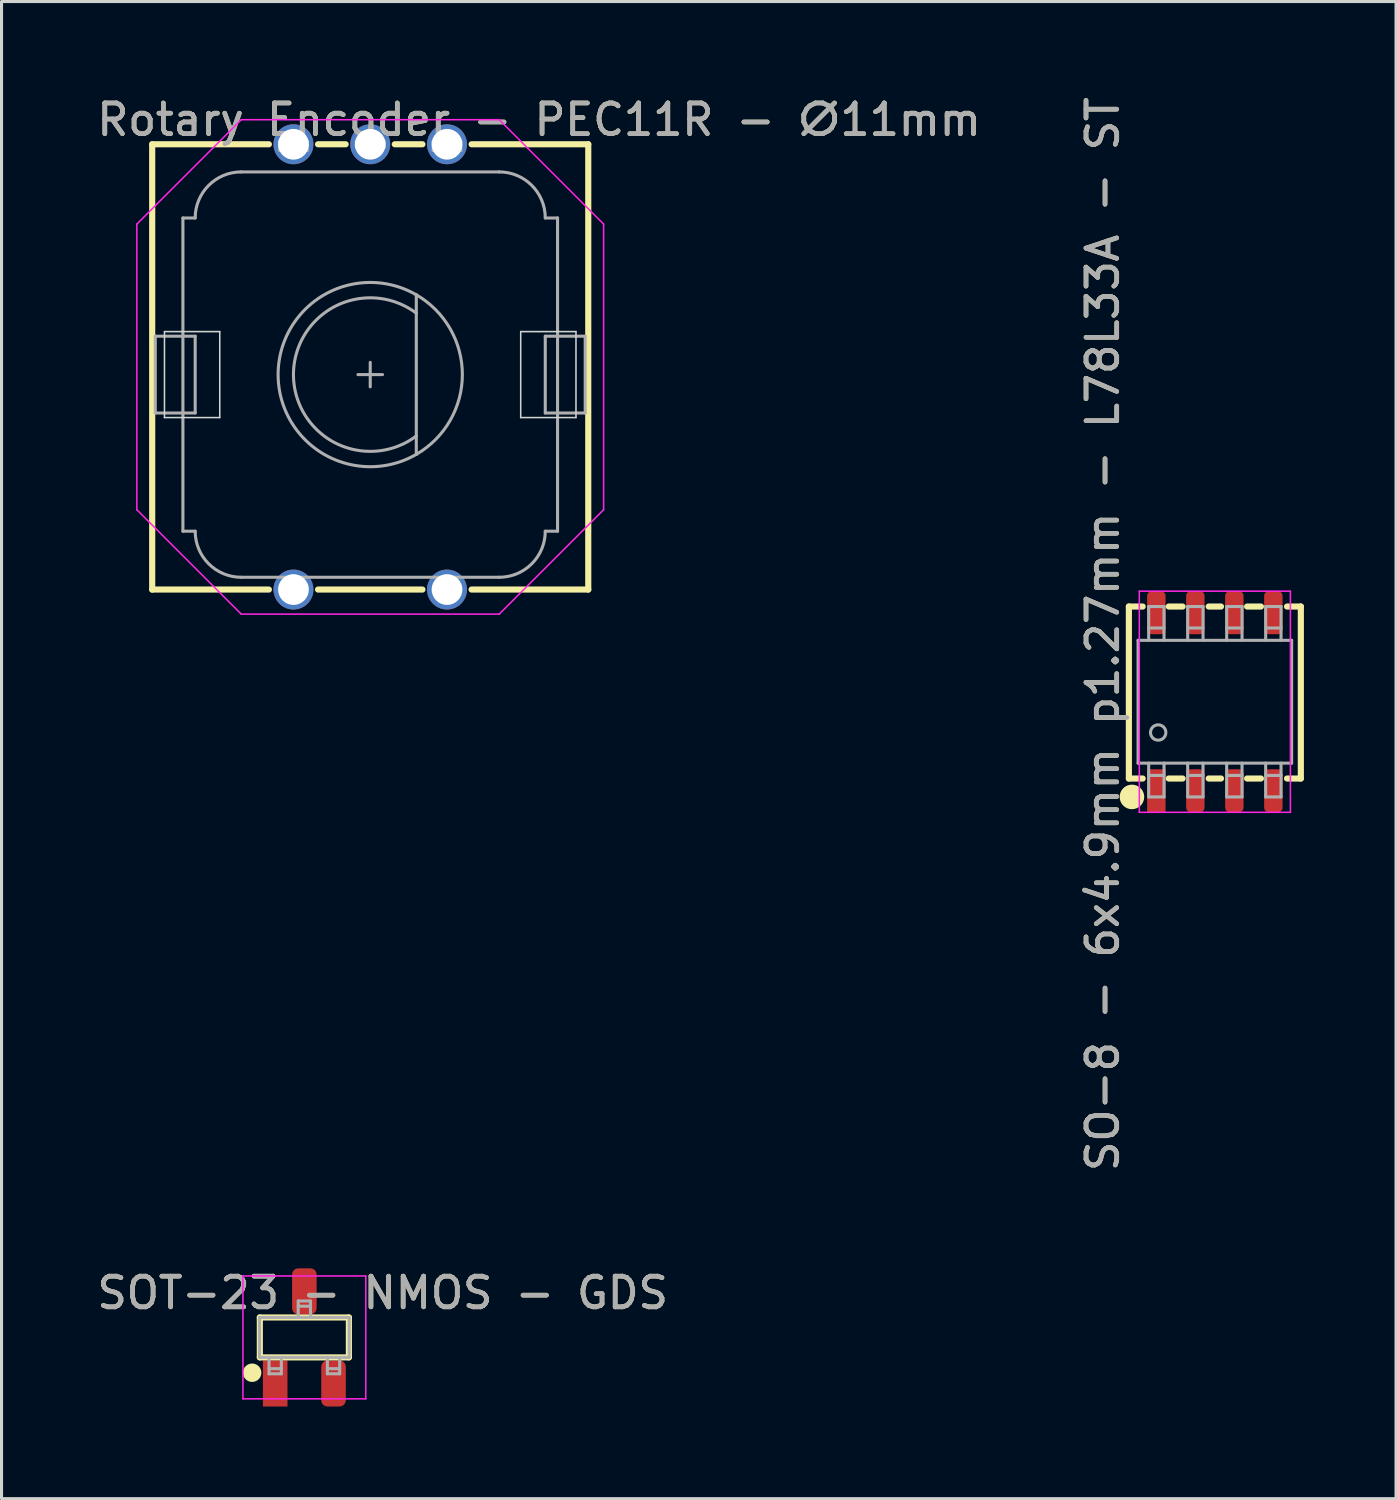
<source format=kicad_pcb>
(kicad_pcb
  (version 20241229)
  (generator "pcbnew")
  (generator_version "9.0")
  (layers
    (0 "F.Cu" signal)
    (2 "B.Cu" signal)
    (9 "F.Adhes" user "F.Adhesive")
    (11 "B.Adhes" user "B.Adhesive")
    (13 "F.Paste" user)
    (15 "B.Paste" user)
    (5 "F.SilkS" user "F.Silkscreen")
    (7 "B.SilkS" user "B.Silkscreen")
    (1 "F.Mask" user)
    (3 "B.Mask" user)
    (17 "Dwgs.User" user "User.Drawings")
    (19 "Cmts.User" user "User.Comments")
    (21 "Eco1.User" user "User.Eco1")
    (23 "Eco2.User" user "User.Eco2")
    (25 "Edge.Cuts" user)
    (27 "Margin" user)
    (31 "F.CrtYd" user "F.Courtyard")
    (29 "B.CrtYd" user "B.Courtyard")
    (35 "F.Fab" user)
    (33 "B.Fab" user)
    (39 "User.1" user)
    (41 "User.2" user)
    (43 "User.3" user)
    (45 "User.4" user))
  (footprint "Rotary Encoder - PEC11R - ∅11mm"
    (layer "F.Cu")
    (at 9.006 9.148)
    (property "Reference" "Rotary Encoder - PEC11R - ∅11mm" (at 5.5 -8.3 0) (unlocked yes) (layer "F.SilkS") (effects (font (size 1 1) (thickness 0.15))))
    (attr through_hole)
    (fp_line (start -7.1 -7.5) (end -7.1 7) (stroke (width 0.2) (type solid)) (layer "F.SilkS"))
    (fp_line (start -3.3 -7.5) (end -7.1 -7.5) (stroke (width 0.2) (type solid)) (layer "F.SilkS"))
    (fp_line (start -3.3 7) (end -7.1 7) (stroke (width 0.2) (type solid)) (layer "F.SilkS"))
    (fp_line (start -1.7 -7.5) (end -0.8 -7.5) (stroke (width 0.2) (type solid)) (layer "F.SilkS"))
    (fp_line (start 0.8 -7.5) (end 1.7 -7.5) (stroke (width 0.2) (type solid)) (layer "F.SilkS"))
    (fp_line (start 1.7 7) (end -1.7 7) (stroke (width 0.2) (type solid)) (layer "F.SilkS"))
    (fp_line (start 3.3 -7.5) (end 7.1 -7.5) (stroke (width 0.2) (type solid)) (layer "F.SilkS"))
    (fp_line (start 7.1 -7.5) (end 7.1 7) (stroke (width 0.2) (type solid)) (layer "F.SilkS"))
    (fp_line (start 7.1 7) (end 3.3 7) (stroke (width 0.2) (type solid)) (layer "F.SilkS"))
    (fp_line (start -6.7 -1.4) (end -6.7 1.4) (stroke (width 0.05) (type solid)) (layer "Edge.Cuts"))
    (fp_line (start -6.7 1.4) (end -4.9 1.4) (stroke (width 0.05) (type solid)) (layer "Edge.Cuts"))
    (fp_line (start -4.9 -1.4) (end -6.7 -1.4) (stroke (width 0.05) (type solid)) (layer "Edge.Cuts"))
    (fp_line (start -4.9 1.4) (end -4.9 -1.4) (stroke (width 0.05) (type solid)) (layer "Edge.Cuts"))
    (fp_line (start 4.9 -1.4) (end 4.9 1.4) (stroke (width 0.05) (type solid)) (layer "Edge.Cuts"))
    (fp_line (start 4.9 1.4) (end 6.7 1.4) (stroke (width 0.05) (type solid)) (layer "Edge.Cuts"))
    (fp_line (start 6.7 -1.4) (end 4.9 -1.4) (stroke (width 0.05) (type solid)) (layer "Edge.Cuts"))
    (fp_line (start 6.7 1.4) (end 6.7 -1.4) (stroke (width 0.05) (type solid)) (layer "Edge.Cuts"))
    (fp_line (start -7.6 4.4) (end -7.6 -4.9) (stroke (width 0.05) (type solid)) (layer "F.CrtYd"))
    (fp_line (start -7.6 4.4) (end -4.2 7.8) (stroke (width 0.05) (type solid)) (layer "F.CrtYd"))
    (fp_line (start -4.2 -8.3) (end -7.6 -4.9) (stroke (width 0.05) (type solid)) (layer "F.CrtYd"))
    (fp_line (start -4.2 -8.3) (end 4.2 -8.3) (stroke (width 0.05) (type solid)) (layer "F.CrtYd"))
    (fp_line (start 4.2 -8.3) (end 7.6 -4.9) (stroke (width 0.05) (type solid)) (layer "F.CrtYd"))
    (fp_line (start 4.2 7.8) (end -4.2 7.8) (stroke (width 0.05) (type solid)) (layer "F.CrtYd"))
    (fp_line (start 7.6 -4.9) (end 7.6 4.4) (stroke (width 0.05) (type solid)) (layer "F.CrtYd"))
    (fp_line (start 7.6 4.4) (end 4.2 7.8) (stroke (width 0.05) (type solid)) (layer "F.CrtYd"))
    (fp_line (start -7 -1.25) (end -5.7 -1.25) (stroke (width 0.1) (type solid)) (layer "F.Fab"))
    (fp_line (start -7 1.25) (end -7 -1.25) (stroke (width 0.1) (type solid)) (layer "F.Fab"))
    (fp_line (start -6.1 -5.1) (end -5.7 -5.1) (stroke (width 0.1) (type solid)) (layer "F.Fab"))
    (fp_line (start -6.1 5.1) (end -6.1 -5.1) (stroke (width 0.1) (type solid)) (layer "F.Fab"))
    (fp_line (start -5.7 1.25) (end -7 1.25) (stroke (width 0.1) (type solid)) (layer "F.Fab"))
    (fp_line (start -5.7 1.25) (end -5.7 -1.25) (stroke (width 0.1) (type solid)) (layer "F.Fab"))
    (fp_line (start -5.7 5.1) (end -6.1 5.1) (stroke (width 0.1) (type solid)) (layer "F.Fab"))
    (fp_line (start -4.2 6.6) (end 4.2 6.6) (stroke (width 0.1) (type solid)) (layer "F.Fab"))
    (fp_line (start -2.95 -7.6) (end -2.05 -7.6) (stroke (width 0.1) (type solid)) (layer "F.Fab"))
    (fp_line (start -2.95 -7.3) (end -2.95 -7.6) (stroke (width 0.1) (type solid)) (layer "F.Fab"))
    (fp_line (start -2.9 6.9) (end -2.1 6.9) (stroke (width 0.1) (type solid)) (layer "F.Fab"))
    (fp_line (start -2.9 7.1) (end -2.9 6.9) (stroke (width 0.1) (type solid)) (layer "F.Fab"))
    (fp_line (start -2.1 6.9) (end -2.1 7.1) (stroke (width 0.1) (type solid)) (layer "F.Fab"))
    (fp_line (start -2.1 7.1) (end -2.9 7.1) (stroke (width 0.1) (type solid)) (layer "F.Fab"))
    (fp_line (start -2.05 -7.6) (end -2.05 -7.3) (stroke (width 0.1) (type solid)) (layer "F.Fab"))
    (fp_line (start -2.05 -7.3) (end -2.95 -7.3) (stroke (width 0.1) (type solid)) (layer "F.Fab"))
    (fp_line (start -0.45 -7.6) (end 0.45 -7.6) (stroke (width 0.1) (type solid)) (layer "F.Fab"))
    (fp_line (start -0.45 -7.4) (end -0.45 -7.6) (stroke (width 0.1) (type solid)) (layer "F.Fab"))
    (fp_line (start -0.4 0) (end 0.4 0) (stroke (width 0.1) (type solid)) (layer "F.Fab"))
    (fp_line (start 0 -0.4) (end 0 0.4) (stroke (width 0.1) (type solid)) (layer "F.Fab"))
    (fp_line (start 0.45 -7.6) (end 0.45 -7.4) (stroke (width 0.1) (type solid)) (layer "F.Fab"))
    (fp_line (start 0.45 -7.4) (end -0.45 -7.4) (stroke (width 0.1) (type solid)) (layer "F.Fab"))
    (fp_line (start 1.5 -2.598) (end 1.5 -2) (stroke (width 0.1) (type solid)) (layer "F.Fab"))
    (fp_line (start 1.5 2) (end 1.5 -2) (stroke (width 0.1) (type solid)) (layer "F.Fab"))
    (fp_line (start 1.5 2) (end 1.5 2.598) (stroke (width 0.1) (type solid)) (layer "F.Fab"))
    (fp_line (start 2.05 -7.6) (end 2.95 -7.6) (stroke (width 0.1) (type solid)) (layer "F.Fab"))
    (fp_line (start 2.05 -7.3) (end 2.05 -7.6) (stroke (width 0.1) (type solid)) (layer "F.Fab"))
    (fp_line (start 2.1 6.9) (end 2.9 6.9) (stroke (width 0.1) (type solid)) (layer "F.Fab"))
    (fp_line (start 2.1 7.1) (end 2.1 6.9) (stroke (width 0.1) (type solid)) (layer "F.Fab"))
    (fp_line (start 2.9 6.9) (end 2.9 7.1) (stroke (width 0.1) (type solid)) (layer "F.Fab"))
    (fp_line (start 2.9 7.1) (end 2.1 7.1) (stroke (width 0.1) (type solid)) (layer "F.Fab"))
    (fp_line (start 2.95 -7.6) (end 2.95 -7.3) (stroke (width 0.1) (type solid)) (layer "F.Fab"))
    (fp_line (start 2.95 -7.3) (end 2.05 -7.3) (stroke (width 0.1) (type solid)) (layer "F.Fab"))
    (fp_line (start 4.2 -6.6) (end -4.2 -6.6) (stroke (width 0.1) (type solid)) (layer "F.Fab"))
    (fp_line (start 5.7 -5.1) (end 6.1 -5.1) (stroke (width 0.1) (type solid)) (layer "F.Fab"))
    (fp_line (start 5.7 -1.25) (end 5.7 1.25) (stroke (width 0.1) (type solid)) (layer "F.Fab"))
    (fp_line (start 5.7 -1.25) (end 7 -1.25) (stroke (width 0.1) (type solid)) (layer "F.Fab"))
    (fp_line (start 6.1 -5.1) (end 6.1 5.1) (stroke (width 0.1) (type solid)) (layer "F.Fab"))
    (fp_line (start 6.1 5.1) (end 5.7 5.1) (stroke (width 0.1) (type solid)) (layer "F.Fab"))
    (fp_line (start 7 -1.25) (end 7 1.25) (stroke (width 0.1) (type solid)) (layer "F.Fab"))
    (fp_line (start 7 1.25) (end 5.7 1.25) (stroke (width 0.1) (type solid)) (layer "F.Fab"))
    (fp_arc (start -5.7 -5.1) (mid -5.26066 -6.16066) (end -4.2 -6.6) (stroke (width 0.1) (type solid)) (layer "F.Fab"))
    (fp_arc (start -4.2 6.6) (mid -5.26066 6.16066) (end -5.7 5.1) (stroke (width 0.1) (type solid)) (layer "F.Fab"))
    (fp_arc (start 1.5 -2.598076) (mid 3 0) (end 1.5 2.598076) (stroke (width 0.1) (type solid)) (layer "F.Fab"))
    (fp_arc (start 1.5 2) (mid -2.5 0) (end 1.5 -2) (stroke (width 0.1) (type solid)) (layer "F.Fab"))
    (fp_arc (start 1.5 2.598076) (mid -3 0) (end 1.5 -2.598076) (stroke (width 0.1) (type solid)) (layer "F.Fab"))
    (fp_arc (start 4.2 -6.6) (mid 5.26066 -6.16066) (end 5.7 -5.1) (stroke (width 0.1) (type solid)) (layer "F.Fab"))
    (fp_arc (start 5.7 5.1) (mid 5.26066 6.16066) (end 4.2 6.6) (stroke (width 0.1) (type solid)) (layer "F.Fab"))
    (fp_text user "${REFERENCE}" (at 5.5 -8.3 0) (unlocked yes) (layer "F.Fab") (effects (font (size 1 1) (thickness 0.15))))
    (pad "A" thru_hole circle (at -2.5 -7.5) (size 1.3 1.3) (drill 1) (layers "*.Cu" "*.Mask"))
    (pad "B" thru_hole circle (at 2.5 -7.5) (size 1.3 1.3) (drill 1) (layers "*.Cu" "*.Mask"))
    (pad "C" thru_hole circle (at 0 -7.5) (size 1.3 1.3) (drill 1) (layers "*.Cu" "*.Mask"))
    (pad "S1" thru_hole circle (at -2.5 7) (size 1.3 1.3) (drill 1) (layers "*.Cu" "*.Mask"))
    (pad "S2" thru_hole circle (at 2.5 7) (size 1.3 1.3) (drill 1) (layers "*.Cu" "*.Mask")))
  (footprint "SO-8 - 6x4.9mm p1.27mm - L78L33A - ST"
    (layer "F.Cu")
    (at 36.51 19.801)
    (property "Reference" "SO-8 - 6x4.9mm p1.27mm - L78L33A - ST" (at -3.65 -2.2 90) (layer "F.SilkS") (effects (font (size 1 1) (thickness 0.15))))
    (attr smd)
    (fp_line (start -2.8 2.5) (end -2.8 -3.1) (stroke (width 0.2) (type solid)) (layer "F.SilkS"))
    (fp_line (start -2.35 -3.1) (end -2.8 -3.1) (stroke (width 0.2) (type solid)) (layer "F.SilkS"))
    (fp_line (start -2.35 2.5) (end -2.8 2.5) (stroke (width 0.2) (type solid)) (layer "F.SilkS"))
    (fp_line (start -1.05 -3.1) (end -1.5 -3.1) (stroke (width 0.2) (type solid)) (layer "F.SilkS"))
    (fp_line (start -1.05 2.5) (end -1.5 2.5) (stroke (width 0.2) (type solid)) (layer "F.SilkS"))
    (fp_line (start 0.2 -3.1) (end -0.2 -3.1) (stroke (width 0.2) (type solid)) (layer "F.SilkS"))
    (fp_line (start 0.2 2.5) (end -0.2 2.5) (stroke (width 0.2) (type solid)) (layer "F.SilkS"))
    (fp_line (start 1.5 -3.1) (end 1.05 -3.1) (stroke (width 0.2) (type solid)) (layer "F.SilkS"))
    (fp_line (start 1.5 2.5) (end 1.05 2.5) (stroke (width 0.2) (type solid)) (layer "F.SilkS"))
    (fp_line (start 2.35 -3.1) (end 2.8 -3.1) (stroke (width 0.2) (type solid)) (layer "F.SilkS"))
    (fp_line (start 2.35 2.5) (end 2.8 2.5) (stroke (width 0.2) (type solid)) (layer "F.SilkS"))
    (fp_line (start 2.8 -3.1) (end 2.8 2.5) (stroke (width 0.2) (type solid)) (layer "F.SilkS"))
    (fp_circle (center -2.7 3.1) (end -2.5 3.1) (stroke (width 0.4) (type solid)) (fill no) (layer "F.SilkS"))
    (fp_line (start -2.46 -3.6) (end 2.46 -3.6) (stroke (width 0.05) (type solid)) (layer "F.CrtYd"))
    (fp_line (start -2.46 3.6) (end -2.46 -3.6) (stroke (width 0.05) (type solid)) (layer "F.CrtYd"))
    (fp_line (start 2.46 -3.6) (end 2.46 3.6) (stroke (width 0.05) (type solid)) (layer "F.CrtYd"))
    (fp_line (start 2.46 3.6) (end -2.46 3.6) (stroke (width 0.05) (type solid)) (layer "F.CrtYd"))
    (fp_line (start -2.5 -2) (end -2.5 2) (stroke (width 0.1) (type solid)) (layer "F.Fab"))
    (fp_line (start -2.5 2) (end 2.5 2) (stroke (width 0.1) (type solid)) (layer "F.Fab"))
    (fp_line (start -2.155 -3.1) (end -1.655 -3.1) (stroke (width 0.1) (type solid)) (layer "F.Fab"))
    (fp_line (start -2.155 -2.4) (end -1.655 -2.4) (stroke (width 0.1) (type solid)) (layer "F.Fab"))
    (fp_line (start -2.155 -2) (end -2.155 -3.1) (stroke (width 0.1) (type solid)) (layer "F.Fab"))
    (fp_line (start -2.155 2) (end -2.155 3.1) (stroke (width 0.1) (type solid)) (layer "F.Fab"))
    (fp_line (start -2.155 2.4) (end -1.655 2.4) (stroke (width 0.1) (type solid)) (layer "F.Fab"))
    (fp_line (start -2.155 3.1) (end -1.655 3.1) (stroke (width 0.1) (type solid)) (layer "F.Fab"))
    (fp_line (start -1.655 -3.1) (end -1.655 -2) (stroke (width 0.1) (type solid)) (layer "F.Fab"))
    (fp_line (start -1.655 3.1) (end -1.655 2) (stroke (width 0.1) (type solid)) (layer "F.Fab"))
    (fp_line (start -0.885 -3.1) (end -0.385 -3.1) (stroke (width 0.1) (type solid)) (layer "F.Fab"))
    (fp_line (start -0.885 -2.4) (end -0.385 -2.4) (stroke (width 0.1) (type solid)) (layer "F.Fab"))
    (fp_line (start -0.885 -2) (end -0.885 -3.1) (stroke (width 0.1) (type solid)) (layer "F.Fab"))
    (fp_line (start -0.885 2) (end -0.885 3.1) (stroke (width 0.1) (type solid)) (layer "F.Fab"))
    (fp_line (start -0.885 2.4) (end -0.385 2.4) (stroke (width 0.1) (type solid)) (layer "F.Fab"))
    (fp_line (start -0.885 3.1) (end -0.385 3.1) (stroke (width 0.1) (type solid)) (layer "F.Fab"))
    (fp_line (start -0.385 -3.1) (end -0.385 -2) (stroke (width 0.1) (type solid)) (layer "F.Fab"))
    (fp_line (start -0.385 3.1) (end -0.385 2) (stroke (width 0.1) (type solid)) (layer "F.Fab"))
    (fp_line (start 0.385 -3.1) (end 0.885 -3.1) (stroke (width 0.1) (type solid)) (layer "F.Fab"))
    (fp_line (start 0.385 -2.4) (end 0.885 -2.4) (stroke (width 0.1) (type solid)) (layer "F.Fab"))
    (fp_line (start 0.385 -2) (end 0.385 -3.1) (stroke (width 0.1) (type solid)) (layer "F.Fab"))
    (fp_line (start 0.385 2) (end 0.385 3.1) (stroke (width 0.1) (type solid)) (layer "F.Fab"))
    (fp_line (start 0.385 2.4) (end 0.885 2.4) (stroke (width 0.1) (type solid)) (layer "F.Fab"))
    (fp_line (start 0.385 3.1) (end 0.885 3.1) (stroke (width 0.1) (type solid)) (layer "F.Fab"))
    (fp_line (start 0.885 -3.1) (end 0.885 -2) (stroke (width 0.1) (type solid)) (layer "F.Fab"))
    (fp_line (start 0.885 3.1) (end 0.885 2) (stroke (width 0.1) (type solid)) (layer "F.Fab"))
    (fp_line (start 1.655 -3.1) (end 2.155 -3.1) (stroke (width 0.1) (type solid)) (layer "F.Fab"))
    (fp_line (start 1.655 -2.4) (end 2.155 -2.4) (stroke (width 0.1) (type solid)) (layer "F.Fab"))
    (fp_line (start 1.655 -2) (end 1.655 -3.1) (stroke (width 0.1) (type solid)) (layer "F.Fab"))
    (fp_line (start 1.655 2) (end 1.655 3.1) (stroke (width 0.1) (type solid)) (layer "F.Fab"))
    (fp_line (start 1.655 2.4) (end 2.155 2.4) (stroke (width 0.1) (type solid)) (layer "F.Fab"))
    (fp_line (start 1.655 3.1) (end 2.155 3.1) (stroke (width 0.1) (type solid)) (layer "F.Fab"))
    (fp_line (start 2.155 -3.1) (end 2.155 -2) (stroke (width 0.1) (type solid)) (layer "F.Fab"))
    (fp_line (start 2.155 3.1) (end 2.155 2) (stroke (width 0.1) (type solid)) (layer "F.Fab"))
    (fp_line (start 2.5 -2) (end -2.5 -2) (stroke (width 0.1) (type solid)) (layer "F.Fab"))
    (fp_line (start 2.5 2) (end 2.5 -2) (stroke (width 0.1) (type solid)) (layer "F.Fab"))
    (fp_circle (center -1.845 1.002) (end -1.845 0.752) (stroke (width 0.1) (type solid)) (fill no) (layer "F.Fab"))
    (fp_text user "${REFERENCE}" (at -3.65 -2.2 90) (unlocked yes) (layer "F.Fab") (effects (font (size 1 1) (thickness 0.15))))
    (pad "1" smd rect (at -1.905 2.9) (size 0.6 1.4) (layers "F.Cu" "F.Mask" "F.Paste"))
    (pad "2" smd roundrect (at -0.635 2.9) (size 0.6 1.4) (layers "F.Cu" "F.Mask" "F.Paste") (roundrect_rratio 0.25))
    (pad "3" smd roundrect (at 0.635 2.9) (size 0.6 1.4) (layers "F.Cu" "F.Mask" "F.Paste") (roundrect_rratio 0.25))
    (pad "4" smd roundrect (at 1.905 2.9) (size 0.6 1.4) (layers "F.Cu" "F.Mask" "F.Paste") (roundrect_rratio 0.25))
    (pad "5" smd roundrect (at 1.905 -2.9) (size 0.6 1.4) (layers "F.Cu" "F.Mask" "F.Paste") (roundrect_rratio 0.25))
    (pad "6" smd roundrect (at 0.635 -2.9) (size 0.6 1.4) (layers "F.Cu" "F.Mask" "F.Paste") (roundrect_rratio 0.25))
    (pad "7" smd roundrect (at -0.635 -2.9) (size 0.6 1.4) (layers "F.Cu" "F.Mask" "F.Paste") (roundrect_rratio 0.25))
    (pad "8" smd roundrect (at -1.905 -2.9 180) (size 0.6 1.4) (layers "F.Cu" "F.Mask" "F.Paste") (roundrect_rratio 0.25)))
  (footprint "SOT-23 - NMOS - GDS"
    (layer "F.Cu")
    (at 6.861 40.501)
    (property "Reference" "SOT-23 - NMOS - GDS" (at 2.55 -1.45 0) (unlocked yes) (layer "F.SilkS") (effects (font (size 1 1) (thickness 0.15))))
    (attr smd)
    (fp_line (start -1.45 -0.65) (end 1.45 -0.65) (stroke (width 0.2) (type solid)) (layer "F.SilkS"))
    (fp_line (start -1.45 0.65) (end -1.45 -0.65) (stroke (width 0.2) (type solid)) (layer "F.SilkS"))
    (fp_line (start 1.45 -0.65) (end 1.45 0.65) (stroke (width 0.2) (type solid)) (layer "F.SilkS"))
    (fp_line (start 1.45 0.65) (end -1.45 0.65) (stroke (width 0.2) (type solid)) (layer "F.SilkS"))
    (fp_circle (center -1.7 1.15) (end -1.55 1.15) (stroke (width 0.3) (type solid)) (fill no) (layer "F.SilkS"))
    (fp_line (start -0.95 0) (end -0.45 0) (stroke (width 0.05) (type solid)) (layer "Eco1.User"))
    (fp_line (start -0.95 0.6) (end -0.95 0) (stroke (width 0.05) (type solid)) (layer "Eco1.User"))
    (fp_line (start -0.3 -0.1) (end -0.3 0.1) (stroke (width 0.05) (type solid)) (layer "Eco1.User"))
    (fp_line (start -0.3 0) (end -0.45 0) (stroke (width 0.05) (type solid)) (layer "Eco1.User"))
    (fp_line (start -0.3 0.1) (end -0.3 0) (stroke (width 0.05) (type solid)) (layer "Eco1.User"))
    (fp_line (start -0.2 -0.25) (end -0.2 0.2) (stroke (width 0.05) (type solid)) (layer "Eco1.User"))
    (fp_line (start -0.2 0.1) (end 0 0.1) (stroke (width 0.05) (type solid)) (layer "Eco1.User"))
    (fp_line (start -0.1 0.05) (end 0 0.1) (stroke (width 0.05) (type solid)) (layer "Eco1.User"))
    (fp_line (start -0.1 0.15) (end -0.1 0.05) (stroke (width 0.05) (type solid)) (layer "Eco1.User"))
    (fp_line (start 0 -0.6) (end 0 -0.15) (stroke (width 0.05) (type solid)) (layer "Eco1.User"))
    (fp_line (start 0 -0.15) (end -0.2 -0.15) (stroke (width 0.05) (type solid)) (layer "Eco1.User"))
    (fp_line (start 0 0.1) (end -0.1 0.15) (stroke (width 0.05) (type solid)) (layer "Eco1.User"))
    (fp_line (start 0 0.1) (end 0 0.4) (stroke (width 0.05) (type solid)) (layer "Eco1.User"))
    (fp_line (start 0 0.4) (end 0.95 0.4) (stroke (width 0.05) (type solid)) (layer "Eco1.User"))
    (fp_line (start 0.95 0.4) (end 0.95 0.6) (stroke (width 0.05) (type solid)) (layer "Eco1.User"))
    (fp_line (start -2 -2) (end -2 2) (stroke (width 0.05) (type solid)) (layer "F.CrtYd"))
    (fp_line (start -2 2) (end 2 2) (stroke (width 0.05) (type solid)) (layer "F.CrtYd"))
    (fp_line (start 2 -2) (end -2 -2) (stroke (width 0.05) (type solid)) (layer "F.CrtYd"))
    (fp_line (start 2 2) (end 2 -2) (stroke (width 0.05) (type solid)) (layer "F.CrtYd"))
    (fp_line (start -1.46 -0.65) (end -1.46 0.65) (stroke (width 0.1) (type solid)) (layer "F.Fab"))
    (fp_line (start -1.46 0.65) (end 1.46 0.65) (stroke (width 0.1) (type solid)) (layer "F.Fab"))
    (fp_line (start -1.15 1.017) (end -0.75 1.017) (stroke (width 0.1) (type solid)) (layer "F.Fab"))
    (fp_line (start -1.15 1.185) (end -1.15 0.65) (stroke (width 0.1) (type solid)) (layer "F.Fab"))
    (fp_line (start -1.15 1.185) (end -0.75 1.185) (stroke (width 0.1) (type solid)) (layer "F.Fab"))
    (fp_line (start -0.75 1.185) (end -0.75 0.65) (stroke (width 0.1) (type solid)) (layer "F.Fab"))
    (fp_line (start -0.2 -1.185) (end -0.2 -0.65) (stroke (width 0.1) (type solid)) (layer "F.Fab"))
    (fp_line (start -0.2 -1.185) (end 0.2 -1.185) (stroke (width 0.1) (type solid)) (layer "F.Fab"))
    (fp_line (start -0.2 -1.017) (end 0.2 -1.017) (stroke (width 0.1) (type solid)) (layer "F.Fab"))
    (fp_line (start 0.2 -1.185) (end 0.2 -0.65) (stroke (width 0.1) (type solid)) (layer "F.Fab"))
    (fp_line (start 0.75 1.017) (end 1.15 1.017) (stroke (width 0.1) (type solid)) (layer "F.Fab"))
    (fp_line (start 0.75 1.185) (end 0.75 0.65) (stroke (width 0.1) (type solid)) (layer "F.Fab"))
    (fp_line (start 0.75 1.185) (end 1.15 1.185) (stroke (width 0.1) (type solid)) (layer "F.Fab"))
    (fp_line (start 1.15 1.185) (end 1.15 0.65) (stroke (width 0.1) (type solid)) (layer "F.Fab"))
    (fp_line (start 1.46 -0.65) (end -1.46 -0.65) (stroke (width 0.1) (type solid)) (layer "F.Fab"))
    (fp_line (start 1.46 0.65) (end 1.46 -0.65) (stroke (width 0.1) (type solid)) (layer "F.Fab"))
    (fp_text user "${REFERENCE}" (at 2.55 -1.45 0) (unlocked yes) (layer "F.Fab") (effects (font (size 1 1) (thickness 0.15))))
    (pad "1" smd rect (at -0.95 1.5) (size 0.8 1.5) (layers "F.Cu" "F.Mask" "F.Paste"))
    (pad "2" smd roundrect (at 0 -1.5) (size 0.8 1.5) (layers "F.Cu" "F.Mask" "F.Paste") (roundrect_rratio 0.25))
    (pad "3" smd roundrect (at 0.95 1.5) (size 0.8 1.5) (layers "F.Cu" "F.Mask" "F.Paste") (roundrect_rratio 0.25)))
  (gr_rect
    (start -3 -3)
    (end 42.41 45.751)
    (stroke (width 0.1) (type default))
    (fill no)
    (layer "Edge.Cuts")))
</source>
